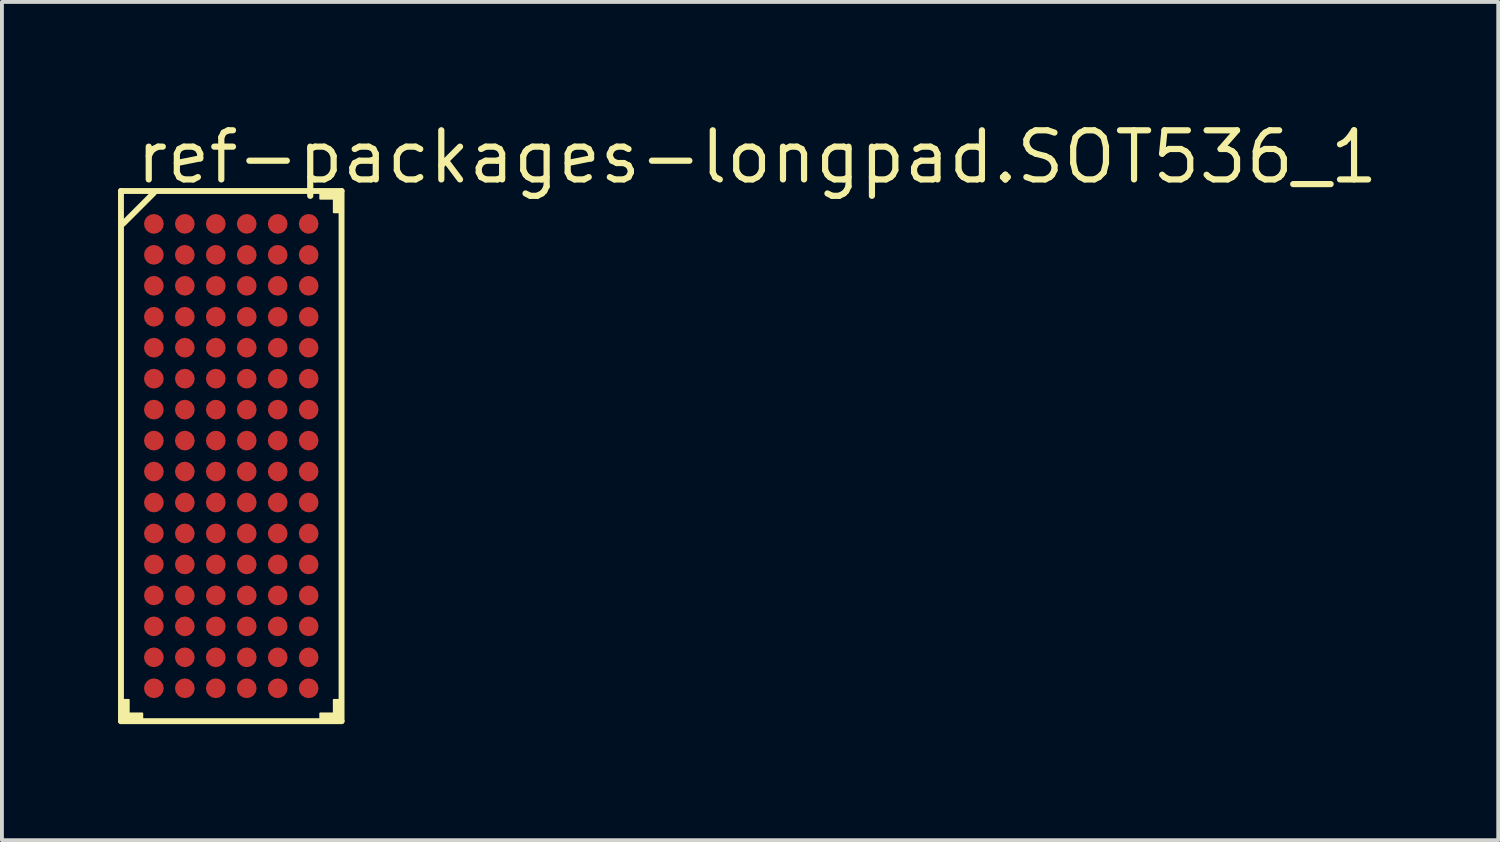
<source format=kicad_pcb>
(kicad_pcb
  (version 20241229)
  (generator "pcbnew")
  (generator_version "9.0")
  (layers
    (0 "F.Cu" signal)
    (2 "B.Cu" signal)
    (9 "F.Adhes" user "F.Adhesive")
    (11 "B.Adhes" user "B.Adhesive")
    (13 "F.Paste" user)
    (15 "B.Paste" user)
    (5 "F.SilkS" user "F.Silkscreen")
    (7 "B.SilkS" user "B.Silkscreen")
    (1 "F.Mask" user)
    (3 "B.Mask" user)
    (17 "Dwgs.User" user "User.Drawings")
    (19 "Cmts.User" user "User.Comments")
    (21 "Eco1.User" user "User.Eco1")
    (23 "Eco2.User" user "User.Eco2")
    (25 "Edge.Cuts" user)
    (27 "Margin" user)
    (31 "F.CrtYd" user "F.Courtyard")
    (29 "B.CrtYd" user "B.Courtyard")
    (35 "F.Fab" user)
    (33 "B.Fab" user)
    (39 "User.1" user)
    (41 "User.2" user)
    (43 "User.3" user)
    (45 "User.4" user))
  (footprint "ref-packages-longpad.SOT536_1"
    (layer "F.Cu")
    (at 2.926 8.735)
    (property "Reference" "ref-packages-longpad.SOT536_1" (at -2.54 -6.985 0) (layer "F.SilkS") (effects (font (size 1.27 1.27) (thickness 0.16)) (justify left bottom)))
    (attr smd)
    (fp_line (start -2.85 -6.85) (end 2.85 -6.85) (stroke (width 0.152) (type default)) (layer "F.SilkS"))
    (fp_line (start -2.85 6.85) (end -2.85 -6.85) (stroke (width 0.152) (type default)) (layer "F.SilkS"))
    (fp_line (start -2 -6.8) (end -2.8 -6) (stroke (width 0.152) (type default)) (layer "F.SilkS"))
    (fp_line (start 2.85 -6.85) (end 2.85 6.85) (stroke (width 0.152) (type default)) (layer "F.SilkS"))
    (fp_line (start 2.85 6.85) (end -2.85 6.85) (stroke (width 0.152) (type default)) (layer "F.SilkS"))
    (fp_rect (start -2.8 6.8) (end -2.65 6.3) (stroke (width 0.05) (type default)) (fill yes) (layer "F.SilkS"))
    (fp_rect (start -2.8 6.8) (end -2.3 6.65) (stroke (width 0.05) (type default)) (fill yes) (layer "F.SilkS"))
    (fp_rect (start 2.3 -6.65) (end 2.8 -6.8) (stroke (width 0.05) (type default)) (fill yes) (layer "F.SilkS"))
    (fp_rect (start 2.3 6.8) (end 2.8 6.65) (stroke (width 0.05) (type default)) (fill yes) (layer "F.SilkS"))
    (fp_rect (start 2.65 -6.3) (end 2.8 -6.8) (stroke (width 0.05) (type default)) (fill yes) (layer "F.SilkS"))
    (fp_rect (start 2.65 6.8) (end 2.8 6.3) (stroke (width 0.05) (type default)) (fill yes) (layer "F.SilkS"))
    (pad "A1" smd roundrect (at -2 -6) (size 0.51 0.51) (layers "F.Cu" "F.Mask" "F.Paste") (roundrect_rratio 0.5))
    (pad "A2" smd roundrect (at -1.2 -6) (size 0.51 0.51) (layers "F.Cu" "F.Mask" "F.Paste") (roundrect_rratio 0.5))
    (pad "A3" smd roundrect (at -0.4 -6) (size 0.51 0.51) (layers "F.Cu" "F.Mask" "F.Paste") (roundrect_rratio 0.5))
    (pad "A4" smd roundrect (at 0.4 -6) (size 0.51 0.51) (layers "F.Cu" "F.Mask" "F.Paste") (roundrect_rratio 0.5))
    (pad "A5" smd roundrect (at 1.2 -6) (size 0.51 0.51) (layers "F.Cu" "F.Mask" "F.Paste") (roundrect_rratio 0.5))
    (pad "A6" smd roundrect (at 2 -6) (size 0.51 0.51) (layers "F.Cu" "F.Mask" "F.Paste") (roundrect_rratio 0.5))
    (pad "B1" smd roundrect (at -2 -5.2) (size 0.51 0.51) (layers "F.Cu" "F.Mask" "F.Paste") (roundrect_rratio 0.5))
    (pad "B2" smd roundrect (at -1.2 -5.2) (size 0.51 0.51) (layers "F.Cu" "F.Mask" "F.Paste") (roundrect_rratio 0.5))
    (pad "B3" smd roundrect (at -0.4 -5.2) (size 0.51 0.51) (layers "F.Cu" "F.Mask" "F.Paste") (roundrect_rratio 0.5))
    (pad "B4" smd roundrect (at 0.4 -5.2) (size 0.51 0.51) (layers "F.Cu" "F.Mask" "F.Paste") (roundrect_rratio 0.5))
    (pad "B5" smd roundrect (at 1.2 -5.2) (size 0.51 0.51) (layers "F.Cu" "F.Mask" "F.Paste") (roundrect_rratio 0.5))
    (pad "B6" smd roundrect (at 2 -5.2) (size 0.51 0.51) (layers "F.Cu" "F.Mask" "F.Paste") (roundrect_rratio 0.5))
    (pad "C1" smd roundrect (at -2 -4.4) (size 0.51 0.51) (layers "F.Cu" "F.Mask" "F.Paste") (roundrect_rratio 0.5))
    (pad "C2" smd roundrect (at -1.2 -4.4) (size 0.51 0.51) (layers "F.Cu" "F.Mask" "F.Paste") (roundrect_rratio 0.5))
    (pad "C3" smd roundrect (at -0.4 -4.4) (size 0.51 0.51) (layers "F.Cu" "F.Mask" "F.Paste") (roundrect_rratio 0.5))
    (pad "C4" smd roundrect (at 0.4 -4.4) (size 0.51 0.51) (layers "F.Cu" "F.Mask" "F.Paste") (roundrect_rratio 0.5))
    (pad "C5" smd roundrect (at 1.2 -4.4) (size 0.51 0.51) (layers "F.Cu" "F.Mask" "F.Paste") (roundrect_rratio 0.5))
    (pad "C6" smd roundrect (at 2 -4.4) (size 0.51 0.51) (layers "F.Cu" "F.Mask" "F.Paste") (roundrect_rratio 0.5))
    (pad "D1" smd roundrect (at -2 -3.6) (size 0.51 0.51) (layers "F.Cu" "F.Mask" "F.Paste") (roundrect_rratio 0.5))
    (pad "D2" smd roundrect (at -1.2 -3.6) (size 0.51 0.51) (layers "F.Cu" "F.Mask" "F.Paste") (roundrect_rratio 0.5))
    (pad "D3" smd roundrect (at -0.4 -3.6) (size 0.51 0.51) (layers "F.Cu" "F.Mask" "F.Paste") (roundrect_rratio 0.5))
    (pad "D4" smd roundrect (at 0.4 -3.6) (size 0.51 0.51) (layers "F.Cu" "F.Mask" "F.Paste") (roundrect_rratio 0.5))
    (pad "D5" smd roundrect (at 1.2 -3.6) (size 0.51 0.51) (layers "F.Cu" "F.Mask" "F.Paste") (roundrect_rratio 0.5))
    (pad "D6" smd roundrect (at 2 -3.6) (size 0.51 0.51) (layers "F.Cu" "F.Mask" "F.Paste") (roundrect_rratio 0.5))
    (pad "E1" smd roundrect (at -2 -2.8) (size 0.51 0.51) (layers "F.Cu" "F.Mask" "F.Paste") (roundrect_rratio 0.5))
    (pad "E2" smd roundrect (at -1.2 -2.8) (size 0.51 0.51) (layers "F.Cu" "F.Mask" "F.Paste") (roundrect_rratio 0.5))
    (pad "E3" smd roundrect (at -0.4 -2.8) (size 0.51 0.51) (layers "F.Cu" "F.Mask" "F.Paste") (roundrect_rratio 0.5))
    (pad "E4" smd roundrect (at 0.4 -2.8) (size 0.51 0.51) (layers "F.Cu" "F.Mask" "F.Paste") (roundrect_rratio 0.5))
    (pad "E5" smd roundrect (at 1.2 -2.8) (size 0.51 0.51) (layers "F.Cu" "F.Mask" "F.Paste") (roundrect_rratio 0.5))
    (pad "E6" smd roundrect (at 2 -2.8) (size 0.51 0.51) (layers "F.Cu" "F.Mask" "F.Paste") (roundrect_rratio 0.5))
    (pad "F1" smd roundrect (at -2 -2) (size 0.51 0.51) (layers "F.Cu" "F.Mask" "F.Paste") (roundrect_rratio 0.5))
    (pad "F2" smd roundrect (at -1.2 -2) (size 0.51 0.51) (layers "F.Cu" "F.Mask" "F.Paste") (roundrect_rratio 0.5))
    (pad "F3" smd roundrect (at -0.4 -2) (size 0.51 0.51) (layers "F.Cu" "F.Mask" "F.Paste") (roundrect_rratio 0.5))
    (pad "F4" smd roundrect (at 0.4 -2) (size 0.51 0.51) (layers "F.Cu" "F.Mask" "F.Paste") (roundrect_rratio 0.5))
    (pad "F5" smd roundrect (at 1.2 -2) (size 0.51 0.51) (layers "F.Cu" "F.Mask" "F.Paste") (roundrect_rratio 0.5))
    (pad "F6" smd roundrect (at 2 -2) (size 0.51 0.51) (layers "F.Cu" "F.Mask" "F.Paste") (roundrect_rratio 0.5))
    (pad "G1" smd roundrect (at -2 -1.2) (size 0.51 0.51) (layers "F.Cu" "F.Mask" "F.Paste") (roundrect_rratio 0.5))
    (pad "G2" smd roundrect (at -1.2 -1.2) (size 0.51 0.51) (layers "F.Cu" "F.Mask" "F.Paste") (roundrect_rratio 0.5))
    (pad "G3" smd roundrect (at -0.4 -1.2) (size 0.51 0.51) (layers "F.Cu" "F.Mask" "F.Paste") (roundrect_rratio 0.5))
    (pad "G4" smd roundrect (at 0.4 -1.2) (size 0.51 0.51) (layers "F.Cu" "F.Mask" "F.Paste") (roundrect_rratio 0.5))
    (pad "G5" smd roundrect (at 1.2 -1.2) (size 0.51 0.51) (layers "F.Cu" "F.Mask" "F.Paste") (roundrect_rratio 0.5))
    (pad "G6" smd roundrect (at 2 -1.2) (size 0.51 0.51) (layers "F.Cu" "F.Mask" "F.Paste") (roundrect_rratio 0.5))
    (pad "H1" smd roundrect (at -2 -0.4) (size 0.51 0.51) (layers "F.Cu" "F.Mask" "F.Paste") (roundrect_rratio 0.5))
    (pad "H2" smd roundrect (at -1.2 -0.4) (size 0.51 0.51) (layers "F.Cu" "F.Mask" "F.Paste") (roundrect_rratio 0.5))
    (pad "H3" smd roundrect (at -0.4 -0.4) (size 0.51 0.51) (layers "F.Cu" "F.Mask" "F.Paste") (roundrect_rratio 0.5))
    (pad "H4" smd roundrect (at 0.4 -0.4) (size 0.51 0.51) (layers "F.Cu" "F.Mask" "F.Paste") (roundrect_rratio 0.5))
    (pad "H5" smd roundrect (at 1.2 -0.4) (size 0.51 0.51) (layers "F.Cu" "F.Mask" "F.Paste") (roundrect_rratio 0.5))
    (pad "H6" smd roundrect (at 2 -0.4) (size 0.51 0.51) (layers "F.Cu" "F.Mask" "F.Paste") (roundrect_rratio 0.5))
    (pad "J1" smd roundrect (at -2 0.4) (size 0.51 0.51) (layers "F.Cu" "F.Mask" "F.Paste") (roundrect_rratio 0.5))
    (pad "J2" smd roundrect (at -1.2 0.4) (size 0.51 0.51) (layers "F.Cu" "F.Mask" "F.Paste") (roundrect_rratio 0.5))
    (pad "J3" smd roundrect (at -0.4 0.4) (size 0.51 0.51) (layers "F.Cu" "F.Mask" "F.Paste") (roundrect_rratio 0.5))
    (pad "J4" smd roundrect (at 0.4 0.4) (size 0.51 0.51) (layers "F.Cu" "F.Mask" "F.Paste") (roundrect_rratio 0.5))
    (pad "J5" smd roundrect (at 1.2 0.4) (size 0.51 0.51) (layers "F.Cu" "F.Mask" "F.Paste") (roundrect_rratio 0.5))
    (pad "J6" smd roundrect (at 2 0.4) (size 0.51 0.51) (layers "F.Cu" "F.Mask" "F.Paste") (roundrect_rratio 0.5))
    (pad "K1" smd roundrect (at -2 1.2) (size 0.51 0.51) (layers "F.Cu" "F.Mask" "F.Paste") (roundrect_rratio 0.5))
    (pad "K2" smd roundrect (at -1.2 1.2) (size 0.51 0.51) (layers "F.Cu" "F.Mask" "F.Paste") (roundrect_rratio 0.5))
    (pad "K3" smd roundrect (at -0.4 1.2) (size 0.51 0.51) (layers "F.Cu" "F.Mask" "F.Paste") (roundrect_rratio 0.5))
    (pad "K4" smd roundrect (at 0.4 1.2) (size 0.51 0.51) (layers "F.Cu" "F.Mask" "F.Paste") (roundrect_rratio 0.5))
    (pad "K5" smd roundrect (at 1.2 1.2) (size 0.51 0.51) (layers "F.Cu" "F.Mask" "F.Paste") (roundrect_rratio 0.5))
    (pad "K6" smd roundrect (at 2 1.2) (size 0.51 0.51) (layers "F.Cu" "F.Mask" "F.Paste") (roundrect_rratio 0.5))
    (pad "L1" smd roundrect (at -2 2) (size 0.51 0.51) (layers "F.Cu" "F.Mask" "F.Paste") (roundrect_rratio 0.5))
    (pad "L2" smd roundrect (at -1.2 2) (size 0.51 0.51) (layers "F.Cu" "F.Mask" "F.Paste") (roundrect_rratio 0.5))
    (pad "L3" smd roundrect (at -0.4 2) (size 0.51 0.51) (layers "F.Cu" "F.Mask" "F.Paste") (roundrect_rratio 0.5))
    (pad "L4" smd roundrect (at 0.4 2) (size 0.51 0.51) (layers "F.Cu" "F.Mask" "F.Paste") (roundrect_rratio 0.5))
    (pad "L5" smd roundrect (at 1.2 2) (size 0.51 0.51) (layers "F.Cu" "F.Mask" "F.Paste") (roundrect_rratio 0.5))
    (pad "L6" smd roundrect (at 2 2) (size 0.51 0.51) (layers "F.Cu" "F.Mask" "F.Paste") (roundrect_rratio 0.5))
    (pad "M1" smd roundrect (at -2 2.8) (size 0.51 0.51) (layers "F.Cu" "F.Mask" "F.Paste") (roundrect_rratio 0.5))
    (pad "M2" smd roundrect (at -1.2 2.8) (size 0.51 0.51) (layers "F.Cu" "F.Mask" "F.Paste") (roundrect_rratio 0.5))
    (pad "M3" smd roundrect (at -0.4 2.8) (size 0.51 0.51) (layers "F.Cu" "F.Mask" "F.Paste") (roundrect_rratio 0.5))
    (pad "M4" smd roundrect (at 0.4 2.8) (size 0.51 0.51) (layers "F.Cu" "F.Mask" "F.Paste") (roundrect_rratio 0.5))
    (pad "M5" smd roundrect (at 1.2 2.8) (size 0.51 0.51) (layers "F.Cu" "F.Mask" "F.Paste") (roundrect_rratio 0.5))
    (pad "M6" smd roundrect (at 2 2.8) (size 0.51 0.51) (layers "F.Cu" "F.Mask" "F.Paste") (roundrect_rratio 0.5))
    (pad "N1" smd roundrect (at -2 3.6) (size 0.51 0.51) (layers "F.Cu" "F.Mask" "F.Paste") (roundrect_rratio 0.5))
    (pad "N2" smd roundrect (at -1.2 3.6) (size 0.51 0.51) (layers "F.Cu" "F.Mask" "F.Paste") (roundrect_rratio 0.5))
    (pad "N3" smd roundrect (at -0.4 3.6) (size 0.51 0.51) (layers "F.Cu" "F.Mask" "F.Paste") (roundrect_rratio 0.5))
    (pad "N4" smd roundrect (at 0.4 3.6) (size 0.51 0.51) (layers "F.Cu" "F.Mask" "F.Paste") (roundrect_rratio 0.5))
    (pad "N5" smd roundrect (at 1.2 3.6) (size 0.51 0.51) (layers "F.Cu" "F.Mask" "F.Paste") (roundrect_rratio 0.5))
    (pad "N6" smd roundrect (at 2 3.6) (size 0.51 0.51) (layers "F.Cu" "F.Mask" "F.Paste") (roundrect_rratio 0.5))
    (pad "P1" smd roundrect (at -2 4.4) (size 0.51 0.51) (layers "F.Cu" "F.Mask" "F.Paste") (roundrect_rratio 0.5))
    (pad "P2" smd roundrect (at -1.2 4.4) (size 0.51 0.51) (layers "F.Cu" "F.Mask" "F.Paste") (roundrect_rratio 0.5))
    (pad "P3" smd roundrect (at -0.4 4.4) (size 0.51 0.51) (layers "F.Cu" "F.Mask" "F.Paste") (roundrect_rratio 0.5))
    (pad "P4" smd roundrect (at 0.4 4.4) (size 0.51 0.51) (layers "F.Cu" "F.Mask" "F.Paste") (roundrect_rratio 0.5))
    (pad "P5" smd roundrect (at 1.2 4.4) (size 0.51 0.51) (layers "F.Cu" "F.Mask" "F.Paste") (roundrect_rratio 0.5))
    (pad "P6" smd roundrect (at 2 4.4) (size 0.51 0.51) (layers "F.Cu" "F.Mask" "F.Paste") (roundrect_rratio 0.5))
    (pad "R1" smd roundrect (at -2 5.2) (size 0.51 0.51) (layers "F.Cu" "F.Mask" "F.Paste") (roundrect_rratio 0.5))
    (pad "R2" smd roundrect (at -1.2 5.2) (size 0.51 0.51) (layers "F.Cu" "F.Mask" "F.Paste") (roundrect_rratio 0.5))
    (pad "R3" smd roundrect (at -0.4 5.2) (size 0.51 0.51) (layers "F.Cu" "F.Mask" "F.Paste") (roundrect_rratio 0.5))
    (pad "R4" smd roundrect (at 0.4 5.2) (size 0.51 0.51) (layers "F.Cu" "F.Mask" "F.Paste") (roundrect_rratio 0.5))
    (pad "R5" smd roundrect (at 1.2 5.2) (size 0.51 0.51) (layers "F.Cu" "F.Mask" "F.Paste") (roundrect_rratio 0.5))
    (pad "R6" smd roundrect (at 2 5.2) (size 0.51 0.51) (layers "F.Cu" "F.Mask" "F.Paste") (roundrect_rratio 0.5))
    (pad "T1" smd roundrect (at -2 6) (size 0.51 0.51) (layers "F.Cu" "F.Mask" "F.Paste") (roundrect_rratio 0.5))
    (pad "T2" smd roundrect (at -1.2 6) (size 0.51 0.51) (layers "F.Cu" "F.Mask" "F.Paste") (roundrect_rratio 0.5))
    (pad "T3" smd roundrect (at -0.4 6) (size 0.51 0.51) (layers "F.Cu" "F.Mask" "F.Paste") (roundrect_rratio 0.5))
    (pad "T4" smd roundrect (at 0.4 6) (size 0.51 0.51) (layers "F.Cu" "F.Mask" "F.Paste") (roundrect_rratio 0.5))
    (pad "T5" smd roundrect (at 1.2 6) (size 0.51 0.51) (layers "F.Cu" "F.Mask" "F.Paste") (roundrect_rratio 0.5))
    (pad "T6" smd roundrect (at 2 6) (size 0.51 0.51) (layers "F.Cu" "F.Mask" "F.Paste") (roundrect_rratio 0.5)))
  (gr_rect
    (start -3 -3)
    (end 35.665 18.661)
    (stroke (width 0.1) (type default))
    (fill no)
    (layer "Edge.Cuts")))
</source>
